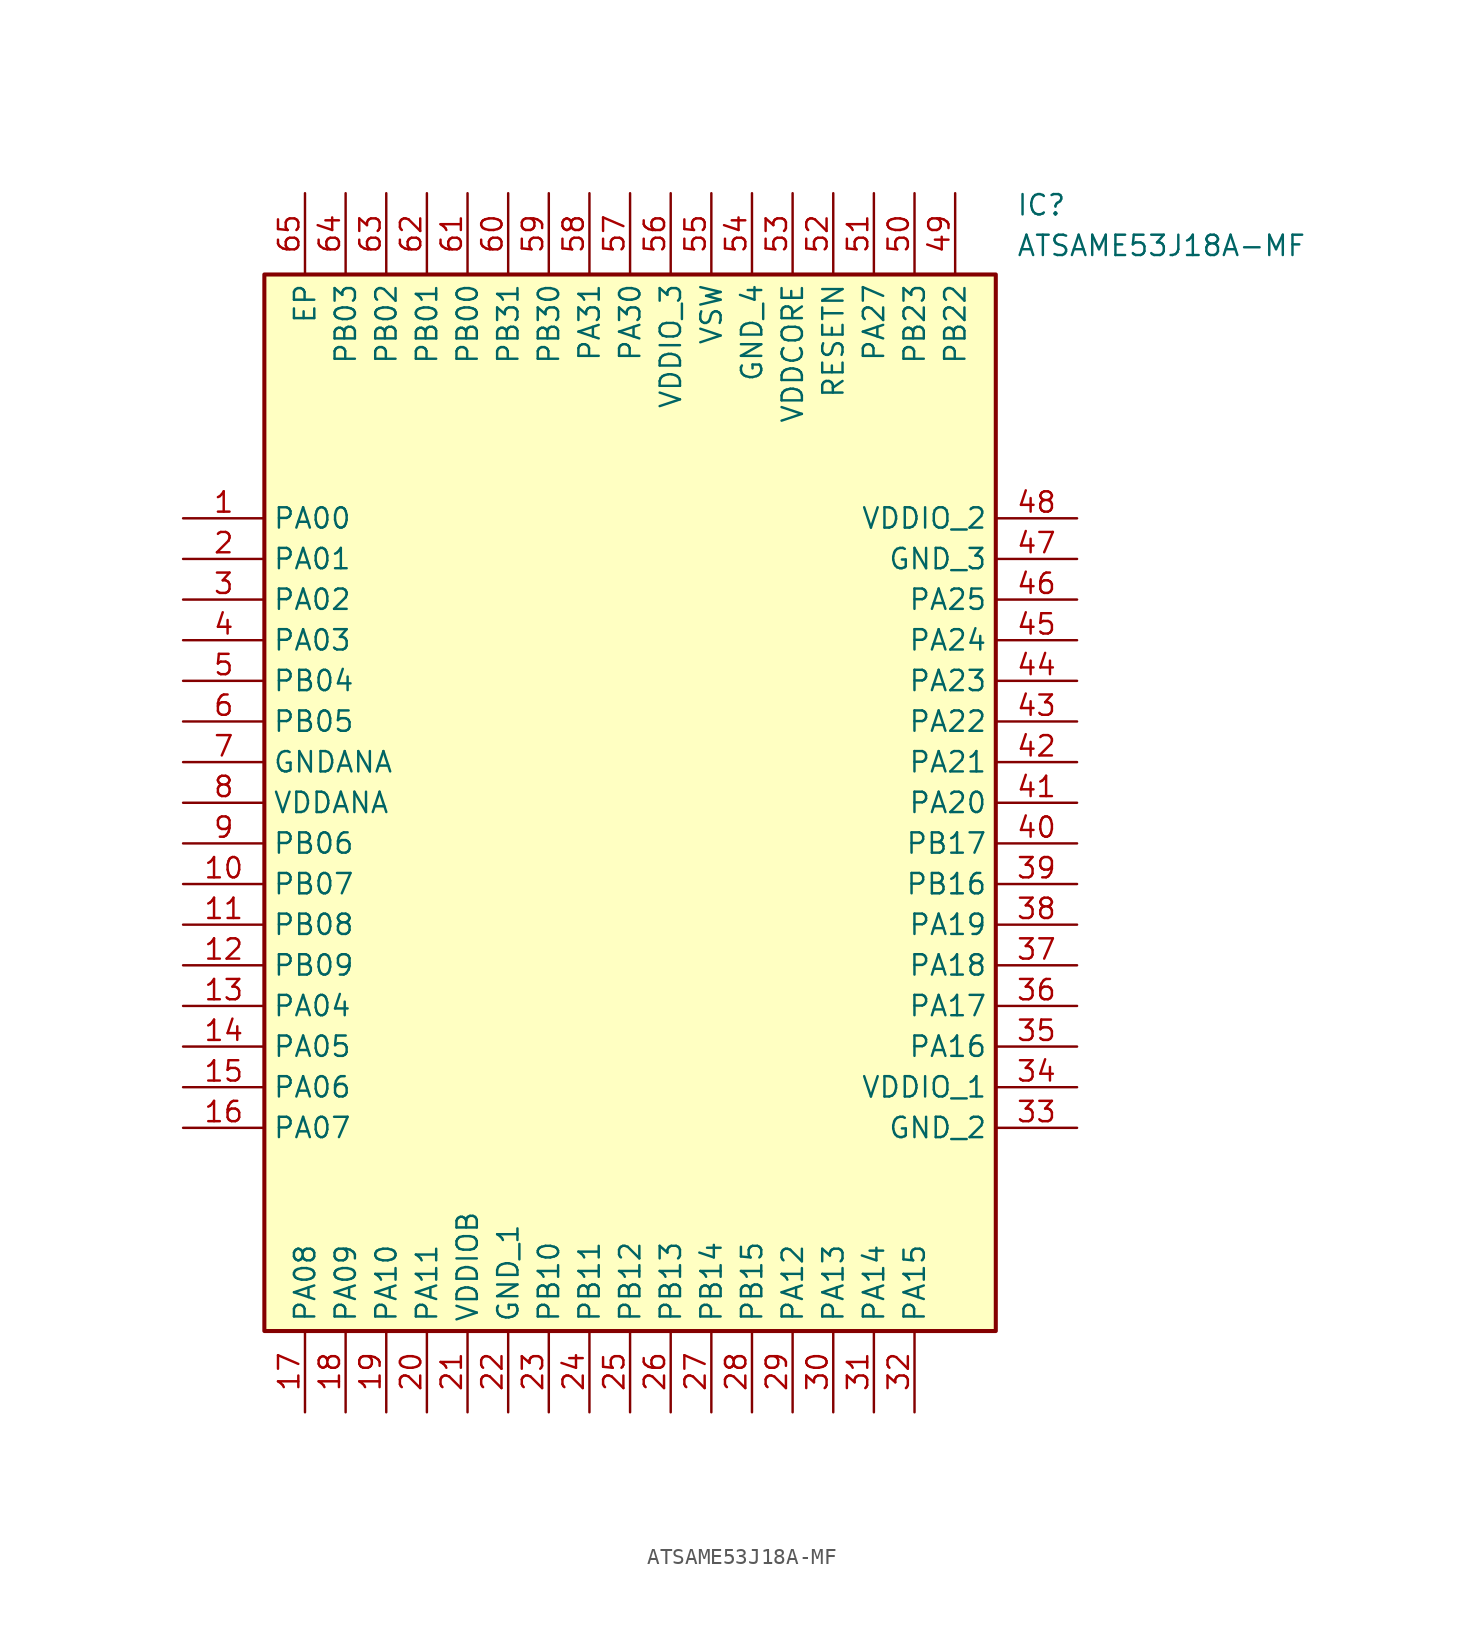
<source format=kicad_sym>
(kicad_symbol_lib
  (version 20211014)
  (generator SamacSys_ECAD_Model)
  (symbol "ATSAME53J18A-MF"
    (property "Reference" "IC"
      (at 52.07 20.32 0)
      (effects (font (size 1.27 1.27)) (justify left top)))
    (property "Value" "ATSAME53J18A-MF"
      (at 52.07 17.78 0)
      (effects (font (size 1.27 1.27)) (justify left top)))
    (rectangle
      (start 5.08 15.24)
      (end 50.8 -50.8)
      (stroke (width 0.254) (type default))
      (fill (type background)))
    (pin passive line
      (at 0 0 0)
      (length 5.08)
      (name "PA00" (effects (font (size 1.27 1.27))))
      (number "1" (effects (font (size 1.27 1.27)))))
    (pin passive line
      (at 0 -2.54 0)
      (length 5.08)
      (name "PA01" (effects (font (size 1.27 1.27))))
      (number "2" (effects (font (size 1.27 1.27)))))
    (pin passive line
      (at 0 -5.08 0)
      (length 5.08)
      (name "PA02" (effects (font (size 1.27 1.27))))
      (number "3" (effects (font (size 1.27 1.27)))))
    (pin passive line
      (at 0 -7.62 0)
      (length 5.08)
      (name "PA03" (effects (font (size 1.27 1.27))))
      (number "4" (effects (font (size 1.27 1.27)))))
    (pin passive line
      (at 0 -10.16 0)
      (length 5.08)
      (name "PB04" (effects (font (size 1.27 1.27))))
      (number "5" (effects (font (size 1.27 1.27)))))
    (pin passive line
      (at 0 -12.7 0)
      (length 5.08)
      (name "PB05" (effects (font (size 1.27 1.27))))
      (number "6" (effects (font (size 1.27 1.27)))))
    (pin passive line
      (at 0 -15.24 0)
      (length 5.08)
      (name "GNDANA" (effects (font (size 1.27 1.27))))
      (number "7" (effects (font (size 1.27 1.27)))))
    (pin passive line
      (at 0 -17.78 0)
      (length 5.08)
      (name "VDDANA" (effects (font (size 1.27 1.27))))
      (number "8" (effects (font (size 1.27 1.27)))))
    (pin passive line
      (at 0 -20.32 0)
      (length 5.08)
      (name "PB06" (effects (font (size 1.27 1.27))))
      (number "9" (effects (font (size 1.27 1.27)))))
    (pin passive line
      (at 0 -22.86 0)
      (length 5.08)
      (name "PB07" (effects (font (size 1.27 1.27))))
      (number "10" (effects (font (size 1.27 1.27)))))
    (pin passive line
      (at 0 -25.4 0)
      (length 5.08)
      (name "PB08" (effects (font (size 1.27 1.27))))
      (number "11" (effects (font (size 1.27 1.27)))))
    (pin passive line
      (at 0 -27.94 0)
      (length 5.08)
      (name "PB09" (effects (font (size 1.27 1.27))))
      (number "12" (effects (font (size 1.27 1.27)))))
    (pin passive line
      (at 0 -30.48 0)
      (length 5.08)
      (name "PA04" (effects (font (size 1.27 1.27))))
      (number "13" (effects (font (size 1.27 1.27)))))
    (pin passive line
      (at 0 -33.02 0)
      (length 5.08)
      (name "PA05" (effects (font (size 1.27 1.27))))
      (number "14" (effects (font (size 1.27 1.27)))))
    (pin passive line
      (at 0 -35.56 0)
      (length 5.08)
      (name "PA06" (effects (font (size 1.27 1.27))))
      (number "15" (effects (font (size 1.27 1.27)))))
    (pin passive line
      (at 0 -38.1 0)
      (length 5.08)
      (name "PA07" (effects (font (size 1.27 1.27))))
      (number "16" (effects (font (size 1.27 1.27)))))
    (pin passive line
      (at 7.62 -55.88 90)
      (length 5.08)
      (name "PA08" (effects (font (size 1.27 1.27))))
      (number "17" (effects (font (size 1.27 1.27)))))
    (pin passive line
      (at 10.16 -55.88 90)
      (length 5.08)
      (name "PA09" (effects (font (size 1.27 1.27))))
      (number "18" (effects (font (size 1.27 1.27)))))
    (pin passive line
      (at 12.7 -55.88 90)
      (length 5.08)
      (name "PA10" (effects (font (size 1.27 1.27))))
      (number "19" (effects (font (size 1.27 1.27)))))
    (pin passive line
      (at 15.24 -55.88 90)
      (length 5.08)
      (name "PA11" (effects (font (size 1.27 1.27))))
      (number "20" (effects (font (size 1.27 1.27)))))
    (pin passive line
      (at 17.78 -55.88 90)
      (length 5.08)
      (name "VDDIOB" (effects (font (size 1.27 1.27))))
      (number "21" (effects (font (size 1.27 1.27)))))
    (pin passive line
      (at 20.32 -55.88 90)
      (length 5.08)
      (name "GND_1" (effects (font (size 1.27 1.27))))
      (number "22" (effects (font (size 1.27 1.27)))))
    (pin passive line
      (at 22.86 -55.88 90)
      (length 5.08)
      (name "PB10" (effects (font (size 1.27 1.27))))
      (number "23" (effects (font (size 1.27 1.27)))))
    (pin passive line
      (at 25.4 -55.88 90)
      (length 5.08)
      (name "PB11" (effects (font (size 1.27 1.27))))
      (number "24" (effects (font (size 1.27 1.27)))))
    (pin passive line
      (at 27.94 -55.88 90)
      (length 5.08)
      (name "PB12" (effects (font (size 1.27 1.27))))
      (number "25" (effects (font (size 1.27 1.27)))))
    (pin passive line
      (at 30.48 -55.88 90)
      (length 5.08)
      (name "PB13" (effects (font (size 1.27 1.27))))
      (number "26" (effects (font (size 1.27 1.27)))))
    (pin passive line
      (at 33.02 -55.88 90)
      (length 5.08)
      (name "PB14" (effects (font (size 1.27 1.27))))
      (number "27" (effects (font (size 1.27 1.27)))))
    (pin passive line
      (at 35.56 -55.88 90)
      (length 5.08)
      (name "PB15" (effects (font (size 1.27 1.27))))
      (number "28" (effects (font (size 1.27 1.27)))))
    (pin passive line
      (at 38.1 -55.88 90)
      (length 5.08)
      (name "PA12" (effects (font (size 1.27 1.27))))
      (number "29" (effects (font (size 1.27 1.27)))))
    (pin passive line
      (at 40.64 -55.88 90)
      (length 5.08)
      (name "PA13" (effects (font (size 1.27 1.27))))
      (number "30" (effects (font (size 1.27 1.27)))))
    (pin passive line
      (at 43.18 -55.88 90)
      (length 5.08)
      (name "PA14" (effects (font (size 1.27 1.27))))
      (number "31" (effects (font (size 1.27 1.27)))))
    (pin passive line
      (at 45.72 -55.88 90)
      (length 5.08)
      (name "PA15" (effects (font (size 1.27 1.27))))
      (number "32" (effects (font (size 1.27 1.27)))))
    (pin passive line
      (at 55.88 0 180)
      (length 5.08)
      (name "VDDIO_2" (effects (font (size 1.27 1.27))))
      (number "48" (effects (font (size 1.27 1.27)))))
    (pin passive line
      (at 55.88 -2.54 180)
      (length 5.08)
      (name "GND_3" (effects (font (size 1.27 1.27))))
      (number "47" (effects (font (size 1.27 1.27)))))
    (pin passive line
      (at 55.88 -5.08 180)
      (length 5.08)
      (name "PA25" (effects (font (size 1.27 1.27))))
      (number "46" (effects (font (size 1.27 1.27)))))
    (pin passive line
      (at 55.88 -7.62 180)
      (length 5.08)
      (name "PA24" (effects (font (size 1.27 1.27))))
      (number "45" (effects (font (size 1.27 1.27)))))
    (pin passive line
      (at 55.88 -10.16 180)
      (length 5.08)
      (name "PA23" (effects (font (size 1.27 1.27))))
      (number "44" (effects (font (size 1.27 1.27)))))
    (pin passive line
      (at 55.88 -12.7 180)
      (length 5.08)
      (name "PA22" (effects (font (size 1.27 1.27))))
      (number "43" (effects (font (size 1.27 1.27)))))
    (pin passive line
      (at 55.88 -15.24 180)
      (length 5.08)
      (name "PA21" (effects (font (size 1.27 1.27))))
      (number "42" (effects (font (size 1.27 1.27)))))
    (pin passive line
      (at 55.88 -17.78 180)
      (length 5.08)
      (name "PA20" (effects (font (size 1.27 1.27))))
      (number "41" (effects (font (size 1.27 1.27)))))
    (pin passive line
      (at 55.88 -20.32 180)
      (length 5.08)
      (name "PB17" (effects (font (size 1.27 1.27))))
      (number "40" (effects (font (size 1.27 1.27)))))
    (pin passive line
      (at 55.88 -22.86 180)
      (length 5.08)
      (name "PB16" (effects (font (size 1.27 1.27))))
      (number "39" (effects (font (size 1.27 1.27)))))
    (pin passive line
      (at 55.88 -25.4 180)
      (length 5.08)
      (name "PA19" (effects (font (size 1.27 1.27))))
      (number "38" (effects (font (size 1.27 1.27)))))
    (pin passive line
      (at 55.88 -27.94 180)
      (length 5.08)
      (name "PA18" (effects (font (size 1.27 1.27))))
      (number "37" (effects (font (size 1.27 1.27)))))
    (pin passive line
      (at 55.88 -30.48 180)
      (length 5.08)
      (name "PA17" (effects (font (size 1.27 1.27))))
      (number "36" (effects (font (size 1.27 1.27)))))
    (pin passive line
      (at 55.88 -33.02 180)
      (length 5.08)
      (name "PA16" (effects (font (size 1.27 1.27))))
      (number "35" (effects (font (size 1.27 1.27)))))
    (pin passive line
      (at 55.88 -35.56 180)
      (length 5.08)
      (name "VDDIO_1" (effects (font (size 1.27 1.27))))
      (number "34" (effects (font (size 1.27 1.27)))))
    (pin passive line
      (at 55.88 -38.1 180)
      (length 5.08)
      (name "GND_2" (effects (font (size 1.27 1.27))))
      (number "33" (effects (font (size 1.27 1.27)))))
    (pin passive line
      (at 7.62 20.32 270)
      (length 5.08)
      (name "EP" (effects (font (size 1.27 1.27))))
      (number "65" (effects (font (size 1.27 1.27)))))
    (pin passive line
      (at 10.16 20.32 270)
      (length 5.08)
      (name "PB03" (effects (font (size 1.27 1.27))))
      (number "64" (effects (font (size 1.27 1.27)))))
    (pin passive line
      (at 12.7 20.32 270)
      (length 5.08)
      (name "PB02" (effects (font (size 1.27 1.27))))
      (number "63" (effects (font (size 1.27 1.27)))))
    (pin passive line
      (at 15.24 20.32 270)
      (length 5.08)
      (name "PB01" (effects (font (size 1.27 1.27))))
      (number "62" (effects (font (size 1.27 1.27)))))
    (pin passive line
      (at 17.78 20.32 270)
      (length 5.08)
      (name "PB00" (effects (font (size 1.27 1.27))))
      (number "61" (effects (font (size 1.27 1.27)))))
    (pin passive line
      (at 20.32 20.32 270)
      (length 5.08)
      (name "PB31" (effects (font (size 1.27 1.27))))
      (number "60" (effects (font (size 1.27 1.27)))))
    (pin passive line
      (at 22.86 20.32 270)
      (length 5.08)
      (name "PB30" (effects (font (size 1.27 1.27))))
      (number "59" (effects (font (size 1.27 1.27)))))
    (pin passive line
      (at 25.4 20.32 270)
      (length 5.08)
      (name "PA31" (effects (font (size 1.27 1.27))))
      (number "58" (effects (font (size 1.27 1.27)))))
    (pin passive line
      (at 27.94 20.32 270)
      (length 5.08)
      (name "PA30" (effects (font (size 1.27 1.27))))
      (number "57" (effects (font (size 1.27 1.27)))))
    (pin passive line
      (at 30.48 20.32 270)
      (length 5.08)
      (name "VDDIO_3" (effects (font (size 1.27 1.27))))
      (number "56" (effects (font (size 1.27 1.27)))))
    (pin passive line
      (at 33.02 20.32 270)
      (length 5.08)
      (name "VSW" (effects (font (size 1.27 1.27))))
      (number "55" (effects (font (size 1.27 1.27)))))
    (pin passive line
      (at 35.56 20.32 270)
      (length 5.08)
      (name "GND_4" (effects (font (size 1.27 1.27))))
      (number "54" (effects (font (size 1.27 1.27)))))
    (pin passive line
      (at 38.1 20.32 270)
      (length 5.08)
      (name "VDDCORE" (effects (font (size 1.27 1.27))))
      (number "53" (effects (font (size 1.27 1.27)))))
    (pin passive line
      (at 40.64 20.32 270)
      (length 5.08)
      (name "RESETN" (effects (font (size 1.27 1.27))))
      (number "52" (effects (font (size 1.27 1.27)))))
    (pin passive line
      (at 43.18 20.32 270)
      (length 5.08)
      (name "PA27" (effects (font (size 1.27 1.27))))
      (number "51" (effects (font (size 1.27 1.27)))))
    (pin passive line
      (at 45.72 20.32 270)
      (length 5.08)
      (name "PB23" (effects (font (size 1.27 1.27))))
      (number "50" (effects (font (size 1.27 1.27)))))
    (pin passive line
      (at 48.26 20.32 270)
      (length 5.08)
      (name "PB22" (effects (font (size 1.27 1.27))))
      (number "49" (effects (font (size 1.27 1.27)))))))
</source>
